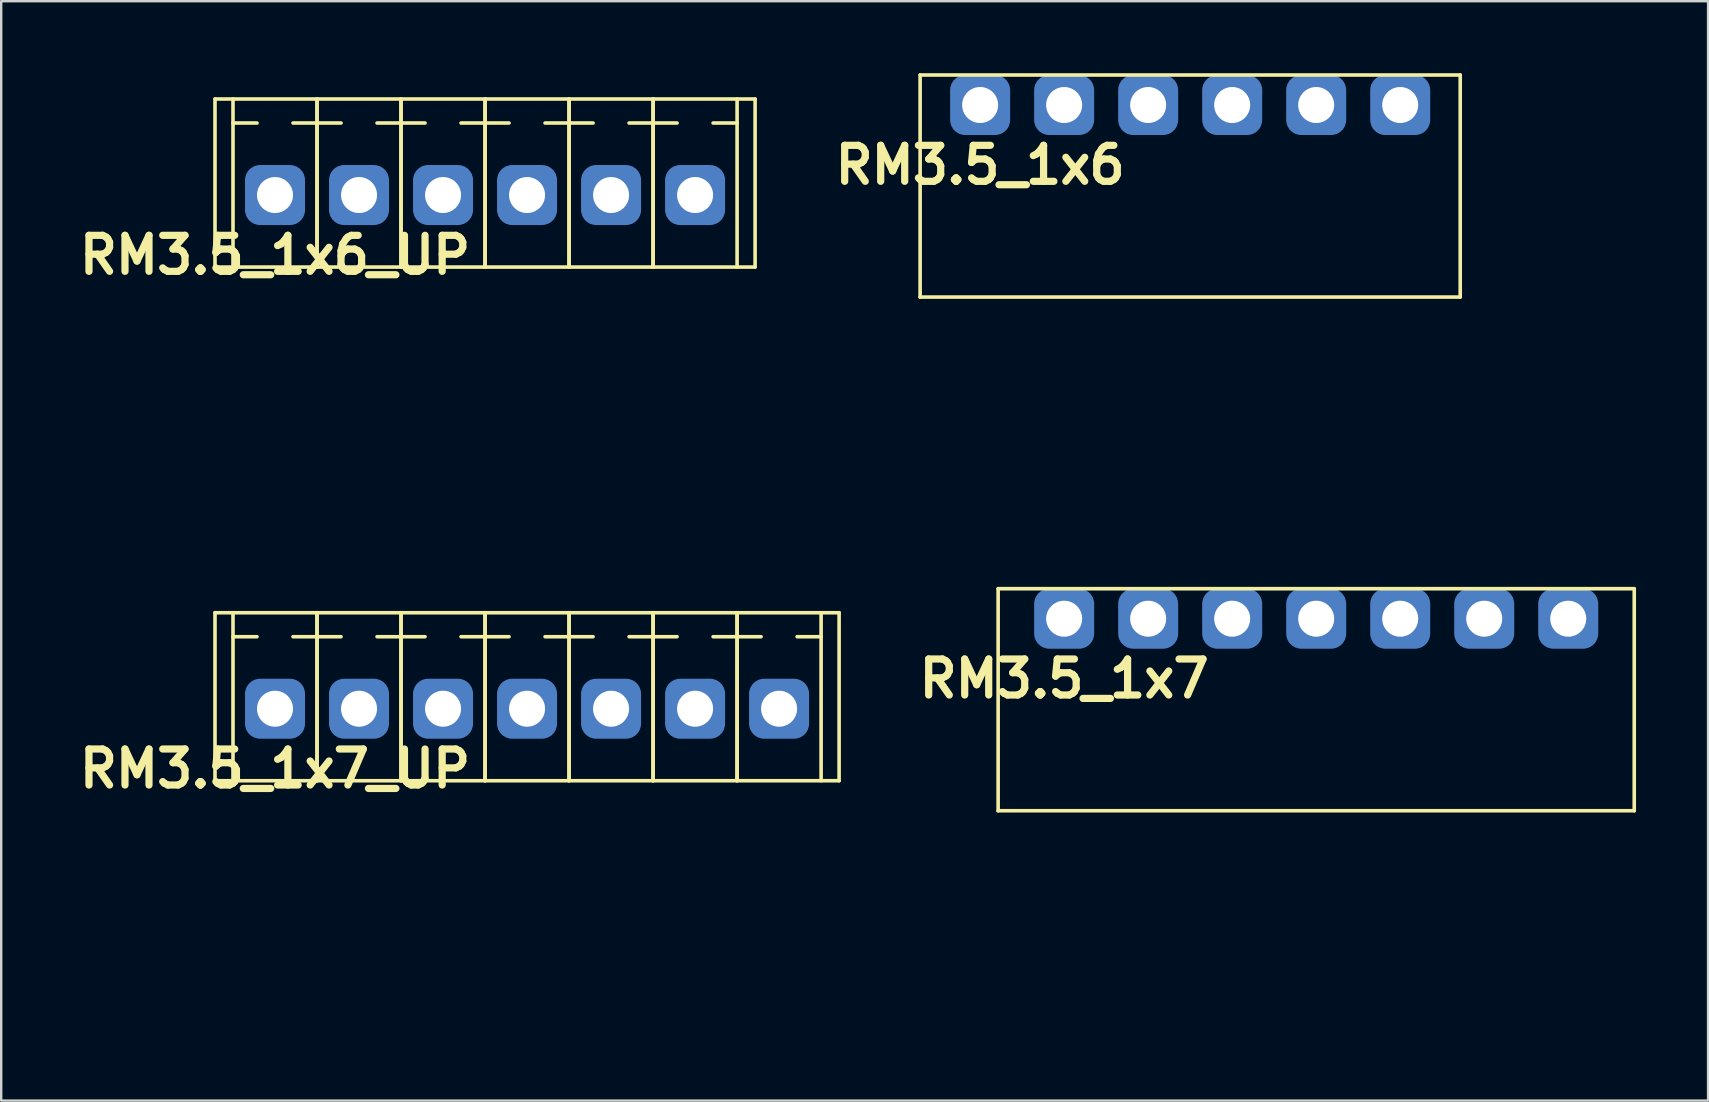
<source format=kicad_pcb>
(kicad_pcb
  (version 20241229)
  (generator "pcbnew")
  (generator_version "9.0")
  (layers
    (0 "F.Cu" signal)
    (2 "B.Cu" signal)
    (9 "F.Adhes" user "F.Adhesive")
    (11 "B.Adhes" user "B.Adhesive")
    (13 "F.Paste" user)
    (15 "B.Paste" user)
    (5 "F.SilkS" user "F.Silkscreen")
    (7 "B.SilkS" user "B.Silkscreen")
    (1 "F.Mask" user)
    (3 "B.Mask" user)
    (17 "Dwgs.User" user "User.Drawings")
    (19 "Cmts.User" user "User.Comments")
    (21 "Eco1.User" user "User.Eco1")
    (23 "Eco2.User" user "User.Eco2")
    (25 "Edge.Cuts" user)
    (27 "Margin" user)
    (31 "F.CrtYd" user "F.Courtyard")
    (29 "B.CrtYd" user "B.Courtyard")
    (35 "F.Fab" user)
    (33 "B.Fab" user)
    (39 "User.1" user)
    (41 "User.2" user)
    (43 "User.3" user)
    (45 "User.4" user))
  (footprint "RM3.5_1x7"
    (layer "F.Cu")
    (at 41.282 22.725)
    (property "Reference" "RM3.5_1x7" (at 0 2.5 0) (layer "F.SilkS") (effects (font (size 1.5 1.5) (thickness 0.3))))
    (attr through_hole)
    (fp_line (start -2.75 -1.25) (end -2.75 8) (stroke (width 0.15) (type solid)) (layer "F.SilkS"))
    (fp_line (start -2.75 -1.25) (end 23.75 -1.25) (stroke (width 0.15) (type solid)) (layer "F.SilkS"))
    (fp_line (start -2.75 8) (end 23.75 8) (stroke (width 0.15) (type solid)) (layer "F.SilkS"))
    (fp_line (start 23.75 -1.25) (end 23.75 8) (stroke (width 0.15) (type solid)) (layer "F.SilkS"))
    (fp_line (start -1.75 17) (end -1.75 8) (stroke (width 0.15) (type solid)) (layer "Margin"))
    (fp_line (start -1.75 17) (end 22.75 17) (stroke (width 0.15) (type solid)) (layer "Margin"))
    (fp_line (start -1.5 12) (end 1.5 12) (stroke (width 0.15) (type solid)) (layer "Margin"))
    (fp_line (start 2 12) (end 5 12) (stroke (width 0.15) (type solid)) (layer "Margin"))
    (fp_line (start 5.5 12) (end 8.5 12) (stroke (width 0.15) (type solid)) (layer "Margin"))
    (fp_line (start 9 12) (end 12 12) (stroke (width 0.15) (type solid)) (layer "Margin"))
    (fp_line (start 12.5 12) (end 15.5 12) (stroke (width 0.15) (type solid)) (layer "Margin"))
    (fp_line (start 16 12) (end 19 12) (stroke (width 0.15) (type solid)) (layer "Margin"))
    (fp_line (start 19.5 12) (end 22.5 12) (stroke (width 0.15) (type solid)) (layer "Margin"))
    (fp_line (start 22.75 17) (end 22.75 8) (stroke (width 0.15) (type solid)) (layer "Margin"))
    (fp_circle (center 0 12) (end 0 10.5) (stroke (width 0.15) (type solid)) (fill no) (layer "Margin"))
    (fp_circle (center 3.5 12) (end 3.5 10.5) (stroke (width 0.15) (type solid)) (fill no) (layer "Margin"))
    (fp_circle (center 7 12) (end 7 10.5) (stroke (width 0.15) (type solid)) (fill no) (layer "Margin"))
    (fp_circle (center 10.5 12) (end 10.5 10.5) (stroke (width 0.15) (type solid)) (fill no) (layer "Margin"))
    (fp_circle (center 14 12) (end 14 10.5) (stroke (width 0.15) (type solid)) (fill no) (layer "Margin"))
    (fp_circle (center 17.5 12) (end 17.5 10.5) (stroke (width 0.15) (type solid)) (fill no) (layer "Margin"))
    (fp_circle (center 21 12) (end 21 10.5) (stroke (width 0.15) (type solid)) (fill no) (layer "Margin"))
    (pad "1" thru_hole circle (at 0 0) (size 1.8 1.8) (drill 1.5) (layers "*.Cu" "*.Mask"))
    (pad "1" smd roundrect (at 0 0) (size 2.5 2.5) (layers "B.Cu" "B.Mask") (roundrect_rratio 0.25))
    (pad "2" thru_hole circle (at 3.5 0) (size 1.8 1.8) (drill 1.5) (layers "*.Cu" "*.Mask"))
    (pad "2" smd roundrect (at 3.5 0) (size 2.5 2.5) (layers "B.Cu" "B.Mask") (roundrect_rratio 0.25))
    (pad "3" thru_hole circle (at 7 0) (size 1.8 1.8) (drill 1.5) (layers "*.Cu" "*.Mask"))
    (pad "3" smd roundrect (at 7 0) (size 2.5 2.5) (layers "B.Cu" "B.Mask") (roundrect_rratio 0.25))
    (pad "4" thru_hole circle (at 10.5 0) (size 1.8 1.8) (drill 1.5) (layers "*.Cu" "*.Mask"))
    (pad "4" smd roundrect (at 10.5 0) (size 2.5 2.5) (layers "B.Cu" "B.Mask") (roundrect_rratio 0.25))
    (pad "5" thru_hole circle (at 14 0) (size 1.8 1.8) (drill 1.5) (layers "*.Cu" "*.Mask"))
    (pad "5" smd roundrect (at 14 0) (size 2.5 2.5) (layers "B.Cu" "B.Mask") (roundrect_rratio 0.25))
    (pad "6" thru_hole circle (at 17.5 0) (size 1.8 1.8) (drill 1.5) (layers "*.Cu" "*.Mask"))
    (pad "6" smd roundrect (at 17.5 0) (size 2.5 2.5) (layers "B.Cu" "B.Mask") (roundrect_rratio 0.25))
    (pad "7" thru_hole circle (at 21 0) (size 1.8 1.8) (drill 1.5) (layers "*.Cu" "*.Mask"))
    (pad "7" smd roundrect (at 21 0) (size 2.5 2.5) (layers "B.Cu" "B.Mask") (roundrect_rratio 0.25)))
  (footprint "RM3.5_1x6"
    (layer "F.Cu")
    (at 37.782 1.325)
    (property "Reference" "RM3.5_1x6" (at 0 2.5 0) (layer "F.SilkS") (effects (font (size 1.5 1.5) (thickness 0.3))))
    (attr through_hole)
    (fp_line (start -2.5 -1.25) (end -2.5 8) (stroke (width 0.15) (type solid)) (layer "F.SilkS"))
    (fp_line (start -2.5 8) (end 20 8) (stroke (width 0.15) (type solid)) (layer "F.SilkS"))
    (fp_line (start 20 -1.25) (end -2.5 -1.25) (stroke (width 0.15) (type solid)) (layer "F.SilkS"))
    (fp_line (start 20 8) (end 20 -1.25) (stroke (width 0.15) (type solid)) (layer "F.SilkS"))
    (fp_line (start -1.75 17) (end -1.75 8) (stroke (width 0.15) (type solid)) (layer "Margin"))
    (fp_line (start -1.75 17) (end 19.25 17) (stroke (width 0.15) (type solid)) (layer "Margin"))
    (fp_line (start -1.5 12) (end 1.5 12) (stroke (width 0.15) (type solid)) (layer "Margin"))
    (fp_line (start 2 12) (end 5 12) (stroke (width 0.15) (type solid)) (layer "Margin"))
    (fp_line (start 5.5 12) (end 8.5 12) (stroke (width 0.15) (type solid)) (layer "Margin"))
    (fp_line (start 9 12) (end 12 12) (stroke (width 0.15) (type solid)) (layer "Margin"))
    (fp_line (start 12.5 12) (end 15.5 12) (stroke (width 0.15) (type solid)) (layer "Margin"))
    (fp_line (start 16 12) (end 19 12) (stroke (width 0.15) (type solid)) (layer "Margin"))
    (fp_line (start 19.25 17) (end 19.25 8) (stroke (width 0.15) (type solid)) (layer "Margin"))
    (fp_circle (center 0 12) (end 0 10.5) (stroke (width 0.15) (type solid)) (fill no) (layer "Margin"))
    (fp_circle (center 3.5 12) (end 3.5 10.5) (stroke (width 0.15) (type solid)) (fill no) (layer "Margin"))
    (fp_circle (center 7 12) (end 7 10.5) (stroke (width 0.15) (type solid)) (fill no) (layer "Margin"))
    (fp_circle (center 10.5 12) (end 10.5 10.5) (stroke (width 0.15) (type solid)) (fill no) (layer "Margin"))
    (fp_circle (center 14 12) (end 14 10.5) (stroke (width 0.15) (type solid)) (fill no) (layer "Margin"))
    (fp_circle (center 17.5 12) (end 17.5 10.5) (stroke (width 0.15) (type solid)) (fill no) (layer "Margin"))
    (pad "1" thru_hole circle (at 0 0) (size 1.8 1.8) (drill 1.5) (layers "*.Cu" "*.Mask"))
    (pad "1" smd roundrect (at 0 0) (size 2.5 2.5) (layers "B.Cu" "B.Mask") (roundrect_rratio 0.25))
    (pad "2" thru_hole circle (at 3.5 0) (size 1.8 1.8) (drill 1.5) (layers "*.Cu" "*.Mask"))
    (pad "2" smd roundrect (at 3.5 0) (size 2.5 2.5) (layers "B.Cu" "B.Mask") (roundrect_rratio 0.25))
    (pad "3" thru_hole circle (at 7 0) (size 1.8 1.8) (drill 1.5) (layers "*.Cu" "*.Mask"))
    (pad "3" smd roundrect (at 7 0) (size 2.5 2.5) (layers "B.Cu" "B.Mask") (roundrect_rratio 0.25))
    (pad "4" thru_hole circle (at 10.5 0) (size 1.8 1.8) (drill 1.5) (layers "*.Cu" "*.Mask"))
    (pad "4" smd roundrect (at 10.5 0) (size 2.5 2.5) (layers "B.Cu" "B.Mask") (roundrect_rratio 0.25))
    (pad "5" thru_hole circle (at 14 0) (size 1.8 1.8) (drill 1.5) (layers "*.Cu" "*.Mask"))
    (pad "5" smd roundrect (at 14 0) (size 2.5 2.5) (layers "B.Cu" "B.Mask") (roundrect_rratio 0.25))
    (pad "6" thru_hole circle (at 17.5 0) (size 1.8 1.8) (drill 1.5) (layers "*.Cu" "*.Mask"))
    (pad "6" smd roundrect (at 17.5 0) (size 2.5 2.5) (layers "B.Cu" "B.Mask") (roundrect_rratio 0.25)))
  (footprint "RM3.5_1x6_UP"
    (layer "F.Cu")
    (at 8.407 5.075)
    (property "Reference" "RM3.5_1x6_UP" (at 0 2.5 0) (layer "F.SilkS") (effects (font (size 1.5 1.5) (thickness 0.3))))
    (attr through_hole)
    (fp_line (start -2.5 -4) (end -2.5 3) (stroke (width 0.15) (type solid)) (layer "F.SilkS"))
    (fp_line (start -2.5 3) (end 20 3) (stroke (width 0.15) (type solid)) (layer "F.SilkS"))
    (fp_line (start -1.75 -3) (end -0.75 -3) (stroke (width 0.15) (type solid)) (layer "F.SilkS"))
    (fp_line (start -1.75 3) (end -1.75 -4) (stroke (width 0.15) (type solid)) (layer "F.SilkS"))
    (fp_line (start 1.75 -3) (end 0.75 -3) (stroke (width 0.15) (type solid)) (layer "F.SilkS"))
    (fp_line (start 1.75 -3) (end 2.75 -3) (stroke (width 0.15) (type solid)) (layer "F.SilkS"))
    (fp_line (start 1.75 3) (end 1.75 -4) (stroke (width 0.15) (type solid)) (layer "F.SilkS"))
    (fp_line (start 1.75 3) (end 1.75 -4) (stroke (width 0.15) (type solid)) (layer "F.SilkS"))
    (fp_line (start 5.25 -3) (end 4.25 -3) (stroke (width 0.15) (type solid)) (layer "F.SilkS"))
    (fp_line (start 5.25 -3) (end 6.25 -3) (stroke (width 0.15) (type solid)) (layer "F.SilkS"))
    (fp_line (start 5.25 3) (end 5.25 -4) (stroke (width 0.15) (type solid)) (layer "F.SilkS"))
    (fp_line (start 5.25 3) (end 5.25 -4) (stroke (width 0.15) (type solid)) (layer "F.SilkS"))
    (fp_line (start 8.75 -3) (end 7.75 -3) (stroke (width 0.15) (type solid)) (layer "F.SilkS"))
    (fp_line (start 8.75 -3) (end 9.75 -3) (stroke (width 0.15) (type solid)) (layer "F.SilkS"))
    (fp_line (start 8.75 3) (end 8.75 -4) (stroke (width 0.15) (type solid)) (layer "F.SilkS"))
    (fp_line (start 8.75 3) (end 8.75 -4) (stroke (width 0.15) (type solid)) (layer "F.SilkS"))
    (fp_line (start 12.25 -3) (end 11.25 -3) (stroke (width 0.15) (type solid)) (layer "F.SilkS"))
    (fp_line (start 12.25 -3) (end 13.25 -3) (stroke (width 0.15) (type solid)) (layer "F.SilkS"))
    (fp_line (start 12.25 3) (end 12.25 -4) (stroke (width 0.15) (type solid)) (layer "F.SilkS"))
    (fp_line (start 12.25 3) (end 12.25 -4) (stroke (width 0.15) (type solid)) (layer "F.SilkS"))
    (fp_line (start 15.75 -3) (end 14.75 -3) (stroke (width 0.15) (type solid)) (layer "F.SilkS"))
    (fp_line (start 15.75 -3) (end 16.75 -3) (stroke (width 0.15) (type solid)) (layer "F.SilkS"))
    (fp_line (start 15.75 3) (end 15.75 -4) (stroke (width 0.15) (type solid)) (layer "F.SilkS"))
    (fp_line (start 15.75 3) (end 15.75 -4) (stroke (width 0.15) (type solid)) (layer "F.SilkS"))
    (fp_line (start 19.25 -3) (end 18.25 -3) (stroke (width 0.15) (type solid)) (layer "F.SilkS"))
    (fp_line (start 19.25 3) (end 19.25 -4) (stroke (width 0.15) (type solid)) (layer "F.SilkS"))
    (fp_line (start 20 -4) (end -2.5 -4) (stroke (width 0.15) (type solid)) (layer "F.SilkS"))
    (fp_line (start 20 3) (end 20 -4) (stroke (width 0.15) (type solid)) (layer "F.SilkS"))
    (fp_line (start -1.75 -5) (end -1.75 6.5) (stroke (width 0.15) (type solid)) (layer "Margin"))
    (fp_line (start -1.75 6.5) (end 19.25 6.5) (stroke (width 0.15) (type solid)) (layer "Margin"))
    (fp_line (start -1 1.5) (end -1 4) (stroke (width 0.15) (type solid)) (layer "Margin"))
    (fp_line (start -1 4) (end 1 4) (stroke (width 0.15) (type solid)) (layer "Margin"))
    (fp_line (start 1 1.5) (end -1 1.5) (stroke (width 0.15) (type solid)) (layer "Margin"))
    (fp_line (start 1 4) (end 1 1.5) (stroke (width 0.15) (type solid)) (layer "Margin"))
    (fp_line (start 2.5 1.5) (end 2.5 4) (stroke (width 0.15) (type solid)) (layer "Margin"))
    (fp_line (start 2.5 4) (end 4.5 4) (stroke (width 0.15) (type solid)) (layer "Margin"))
    (fp_line (start 4.5 1.5) (end 2.5 1.5) (stroke (width 0.15) (type solid)) (layer "Margin"))
    (fp_line (start 4.5 4) (end 4.5 1.5) (stroke (width 0.15) (type solid)) (layer "Margin"))
    (fp_line (start 6 1.5) (end 6 4) (stroke (width 0.15) (type solid)) (layer "Margin"))
    (fp_line (start 6 4) (end 8 4) (stroke (width 0.15) (type solid)) (layer "Margin"))
    (fp_line (start 8 1.5) (end 6 1.5) (stroke (width 0.15) (type solid)) (layer "Margin"))
    (fp_line (start 8 4) (end 8 1.5) (stroke (width 0.15) (type solid)) (layer "Margin"))
    (fp_line (start 9.5 1.5) (end 9.5 4) (stroke (width 0.15) (type solid)) (layer "Margin"))
    (fp_line (start 9.5 4) (end 11.5 4) (stroke (width 0.15) (type solid)) (layer "Margin"))
    (fp_line (start 11.5 1.5) (end 9.5 1.5) (stroke (width 0.15) (type solid)) (layer "Margin"))
    (fp_line (start 11.5 4) (end 11.5 1.5) (stroke (width 0.15) (type solid)) (layer "Margin"))
    (fp_line (start 13 1.5) (end 13 4) (stroke (width 0.15) (type solid)) (layer "Margin"))
    (fp_line (start 13 4) (end 15 4) (stroke (width 0.15) (type solid)) (layer "Margin"))
    (fp_line (start 15 1.5) (end 13 1.5) (stroke (width 0.15) (type solid)) (layer "Margin"))
    (fp_line (start 15 4) (end 15 1.5) (stroke (width 0.15) (type solid)) (layer "Margin"))
    (fp_line (start 16.5 1.5) (end 16.5 4) (stroke (width 0.15) (type solid)) (layer "Margin"))
    (fp_line (start 16.5 4) (end 18.5 4) (stroke (width 0.15) (type solid)) (layer "Margin"))
    (fp_line (start 18.5 1.5) (end 16.5 1.5) (stroke (width 0.15) (type solid)) (layer "Margin"))
    (fp_line (start 18.5 4) (end 18.5 1.5) (stroke (width 0.15) (type solid)) (layer "Margin"))
    (fp_line (start 19.25 -5) (end -1.75 -5) (stroke (width 0.15) (type solid)) (layer "Margin"))
    (fp_line (start 19.25 6.5) (end 19.25 -5) (stroke (width 0.15) (type solid)) (layer "Margin"))
    (pad "1" thru_hole circle (at 0 0) (size 1.8 1.8) (drill 1.5) (layers "*.Cu" "*.Mask"))
    (pad "1" smd roundrect (at 0 0) (size 2.5 2.5) (layers "B.Cu" "B.Mask") (roundrect_rratio 0.25))
    (pad "2" thru_hole circle (at 3.5 0) (size 1.8 1.8) (drill 1.5) (layers "*.Cu" "*.Mask"))
    (pad "2" smd roundrect (at 3.5 0) (size 2.5 2.5) (layers "B.Cu" "B.Mask") (roundrect_rratio 0.25))
    (pad "3" thru_hole circle (at 7 0) (size 1.8 1.8) (drill 1.5) (layers "*.Cu" "*.Mask"))
    (pad "3" smd roundrect (at 7 0) (size 2.5 2.5) (layers "B.Cu" "B.Mask") (roundrect_rratio 0.25))
    (pad "4" thru_hole circle (at 10.5 0) (size 1.8 1.8) (drill 1.5) (layers "*.Cu" "*.Mask"))
    (pad "4" smd roundrect (at 10.5 0) (size 2.5 2.5) (layers "B.Cu" "B.Mask") (roundrect_rratio 0.25))
    (pad "5" thru_hole circle (at 14 0) (size 1.8 1.8) (drill 1.5) (layers "*.Cu" "*.Mask"))
    (pad "5" smd roundrect (at 14 0) (size 2.5 2.5) (layers "B.Cu" "B.Mask") (roundrect_rratio 0.25))
    (pad "6" thru_hole circle (at 17.5 0) (size 1.8 1.8) (drill 1.5) (layers "*.Cu" "*.Mask"))
    (pad "6" smd roundrect (at 17.5 0) (size 2.5 2.5) (layers "B.Cu" "B.Mask") (roundrect_rratio 0.25)))
  (footprint "RM3.5_1x7_UP"
    (layer "F.Cu")
    (at 8.407 26.475)
    (property "Reference" "RM3.5_1x7_UP" (at 0 2.5 0) (layer "F.SilkS") (effects (font (size 1.5 1.5) (thickness 0.3))))
    (attr through_hole)
    (fp_line (start -2.5 -4) (end -2.5 3) (stroke (width 0.15) (type solid)) (layer "F.SilkS"))
    (fp_line (start -2.5 3) (end 23.5 3) (stroke (width 0.15) (type solid)) (layer "F.SilkS"))
    (fp_line (start -1.75 -3) (end -0.75 -3) (stroke (width 0.15) (type solid)) (layer "F.SilkS"))
    (fp_line (start -1.75 3) (end -1.75 -4) (stroke (width 0.15) (type solid)) (layer "F.SilkS"))
    (fp_line (start 1.75 -3) (end 0.75 -3) (stroke (width 0.15) (type solid)) (layer "F.SilkS"))
    (fp_line (start 1.75 -3) (end 2.75 -3) (stroke (width 0.15) (type solid)) (layer "F.SilkS"))
    (fp_line (start 1.75 3) (end 1.75 -4) (stroke (width 0.15) (type solid)) (layer "F.SilkS"))
    (fp_line (start 1.75 3) (end 1.75 -4) (stroke (width 0.15) (type solid)) (layer "F.SilkS"))
    (fp_line (start 5.25 -3) (end 4.25 -3) (stroke (width 0.15) (type solid)) (layer "F.SilkS"))
    (fp_line (start 5.25 -3) (end 6.25 -3) (stroke (width 0.15) (type solid)) (layer "F.SilkS"))
    (fp_line (start 5.25 3) (end 5.25 -4) (stroke (width 0.15) (type solid)) (layer "F.SilkS"))
    (fp_line (start 5.25 3) (end 5.25 -4) (stroke (width 0.15) (type solid)) (layer "F.SilkS"))
    (fp_line (start 8.75 -3) (end 7.75 -3) (stroke (width 0.15) (type solid)) (layer "F.SilkS"))
    (fp_line (start 8.75 -3) (end 9.75 -3) (stroke (width 0.15) (type solid)) (layer "F.SilkS"))
    (fp_line (start 8.75 3) (end 8.75 -4) (stroke (width 0.15) (type solid)) (layer "F.SilkS"))
    (fp_line (start 8.75 3) (end 8.75 -4) (stroke (width 0.15) (type solid)) (layer "F.SilkS"))
    (fp_line (start 12.25 -3) (end 11.25 -3) (stroke (width 0.15) (type solid)) (layer "F.SilkS"))
    (fp_line (start 12.25 -3) (end 13.25 -3) (stroke (width 0.15) (type solid)) (layer "F.SilkS"))
    (fp_line (start 12.25 3) (end 12.25 -4) (stroke (width 0.15) (type solid)) (layer "F.SilkS"))
    (fp_line (start 12.25 3) (end 12.25 -4) (stroke (width 0.15) (type solid)) (layer "F.SilkS"))
    (fp_line (start 15.75 -3) (end 14.75 -3) (stroke (width 0.15) (type solid)) (layer "F.SilkS"))
    (fp_line (start 15.75 -3) (end 16.75 -3) (stroke (width 0.15) (type solid)) (layer "F.SilkS"))
    (fp_line (start 15.75 3) (end 15.75 -4) (stroke (width 0.15) (type solid)) (layer "F.SilkS"))
    (fp_line (start 15.75 3) (end 15.75 -4) (stroke (width 0.15) (type solid)) (layer "F.SilkS"))
    (fp_line (start 19.25 -3) (end 18.25 -3) (stroke (width 0.15) (type solid)) (layer "F.SilkS"))
    (fp_line (start 19.25 -3) (end 20.25 -3) (stroke (width 0.15) (type solid)) (layer "F.SilkS"))
    (fp_line (start 19.25 3) (end 19.25 -4) (stroke (width 0.15) (type solid)) (layer "F.SilkS"))
    (fp_line (start 19.25 3) (end 19.25 -4) (stroke (width 0.15) (type solid)) (layer "F.SilkS"))
    (fp_line (start 22.75 -3) (end 21.75 -3) (stroke (width 0.15) (type solid)) (layer "F.SilkS"))
    (fp_line (start 22.75 3) (end 22.75 -4) (stroke (width 0.15) (type solid)) (layer "F.SilkS"))
    (fp_line (start 23.5 -4) (end -2.5 -4) (stroke (width 0.15) (type solid)) (layer "F.SilkS"))
    (fp_line (start 23.5 3) (end 23.5 -4) (stroke (width 0.15) (type solid)) (layer "F.SilkS"))
    (fp_line (start -1.75 -5) (end -1.75 6.5) (stroke (width 0.15) (type solid)) (layer "Margin"))
    (fp_line (start -1.75 6.5) (end 22.75 6.5) (stroke (width 0.15) (type solid)) (layer "Margin"))
    (fp_line (start -1 1.5) (end -1 4) (stroke (width 0.15) (type solid)) (layer "Margin"))
    (fp_line (start -1 4) (end 1 4) (stroke (width 0.15) (type solid)) (layer "Margin"))
    (fp_line (start 1 1.5) (end -1 1.5) (stroke (width 0.15) (type solid)) (layer "Margin"))
    (fp_line (start 1 4) (end 1 1.5) (stroke (width 0.15) (type solid)) (layer "Margin"))
    (fp_line (start 2.5 1.5) (end 2.5 4) (stroke (width 0.15) (type solid)) (layer "Margin"))
    (fp_line (start 2.5 4) (end 4.5 4) (stroke (width 0.15) (type solid)) (layer "Margin"))
    (fp_line (start 4.5 1.5) (end 2.5 1.5) (stroke (width 0.15) (type solid)) (layer "Margin"))
    (fp_line (start 4.5 4) (end 4.5 1.5) (stroke (width 0.15) (type solid)) (layer "Margin"))
    (fp_line (start 6 1.5) (end 6 4) (stroke (width 0.15) (type solid)) (layer "Margin"))
    (fp_line (start 6 4) (end 8 4) (stroke (width 0.15) (type solid)) (layer "Margin"))
    (fp_line (start 8 1.5) (end 6 1.5) (stroke (width 0.15) (type solid)) (layer "Margin"))
    (fp_line (start 8 4) (end 8 1.5) (stroke (width 0.15) (type solid)) (layer "Margin"))
    (fp_line (start 9.5 1.5) (end 9.5 4) (stroke (width 0.15) (type solid)) (layer "Margin"))
    (fp_line (start 9.5 4) (end 11.5 4) (stroke (width 0.15) (type solid)) (layer "Margin"))
    (fp_line (start 11.5 1.5) (end 9.5 1.5) (stroke (width 0.15) (type solid)) (layer "Margin"))
    (fp_line (start 11.5 4) (end 11.5 1.5) (stroke (width 0.15) (type solid)) (layer "Margin"))
    (fp_line (start 13 1.5) (end 13 4) (stroke (width 0.15) (type solid)) (layer "Margin"))
    (fp_line (start 13 4) (end 15 4) (stroke (width 0.15) (type solid)) (layer "Margin"))
    (fp_line (start 15 1.5) (end 13 1.5) (stroke (width 0.15) (type solid)) (layer "Margin"))
    (fp_line (start 15 4) (end 15 1.5) (stroke (width 0.15) (type solid)) (layer "Margin"))
    (fp_line (start 16.5 1.5) (end 16.5 4) (stroke (width 0.15) (type solid)) (layer "Margin"))
    (fp_line (start 16.5 4) (end 18.5 4) (stroke (width 0.15) (type solid)) (layer "Margin"))
    (fp_line (start 18.5 1.5) (end 16.5 1.5) (stroke (width 0.15) (type solid)) (layer "Margin"))
    (fp_line (start 18.5 4) (end 18.5 1.5) (stroke (width 0.15) (type solid)) (layer "Margin"))
    (fp_line (start 20 1.5) (end 20 4) (stroke (width 0.15) (type solid)) (layer "Margin"))
    (fp_line (start 20 4) (end 22 4) (stroke (width 0.15) (type solid)) (layer "Margin"))
    (fp_line (start 22 1.5) (end 20 1.5) (stroke (width 0.15) (type solid)) (layer "Margin"))
    (fp_line (start 22 4) (end 22 1.5) (stroke (width 0.15) (type solid)) (layer "Margin"))
    (fp_line (start 22.75 -5) (end -1.75 -5) (stroke (width 0.15) (type solid)) (layer "Margin"))
    (fp_line (start 22.75 6.5) (end 22.75 -5) (stroke (width 0.15) (type solid)) (layer "Margin"))
    (pad "1" thru_hole circle (at 0 0) (size 1.8 1.8) (drill 1.5) (layers "*.Cu" "*.Mask"))
    (pad "1" smd roundrect (at 0 0) (size 2.5 2.5) (layers "B.Cu" "B.Mask") (roundrect_rratio 0.25))
    (pad "2" thru_hole circle (at 3.5 0) (size 1.8 1.8) (drill 1.5) (layers "*.Cu" "*.Mask"))
    (pad "2" smd roundrect (at 3.5 0) (size 2.5 2.5) (layers "B.Cu" "B.Mask") (roundrect_rratio 0.25))
    (pad "3" thru_hole circle (at 7 0) (size 1.8 1.8) (drill 1.5) (layers "*.Cu" "*.Mask"))
    (pad "3" smd roundrect (at 7 0) (size 2.5 2.5) (layers "B.Cu" "B.Mask") (roundrect_rratio 0.25))
    (pad "4" thru_hole circle (at 10.5 0) (size 1.8 1.8) (drill 1.5) (layers "*.Cu" "*.Mask"))
    (pad "4" smd roundrect (at 10.5 0) (size 2.5 2.5) (layers "B.Cu" "B.Mask") (roundrect_rratio 0.25))
    (pad "5" thru_hole circle (at 14 0) (size 1.8 1.8) (drill 1.5) (layers "*.Cu" "*.Mask"))
    (pad "5" smd roundrect (at 14 0) (size 2.5 2.5) (layers "B.Cu" "B.Mask") (roundrect_rratio 0.25))
    (pad "6" thru_hole circle (at 17.5 0) (size 1.8 1.8) (drill 1.5) (layers "*.Cu" "*.Mask"))
    (pad "6" smd roundrect (at 17.5 0) (size 2.5 2.5) (layers "B.Cu" "B.Mask") (roundrect_rratio 0.25))
    (pad "7" thru_hole circle (at 21 0) (size 1.8 1.8) (drill 1.5) (layers "*.Cu" "*.Mask"))
    (pad "7" smd roundrect (at 21 0) (size 2.5 2.5) (layers "B.Cu" "B.Mask") (roundrect_rratio 0.25)))
  (gr_rect
    (start -3 -3)
    (end 68.107 42.8)
    (stroke (width 0.1) (type default))
    (fill no)
    (layer "Edge.Cuts")))
</source>
